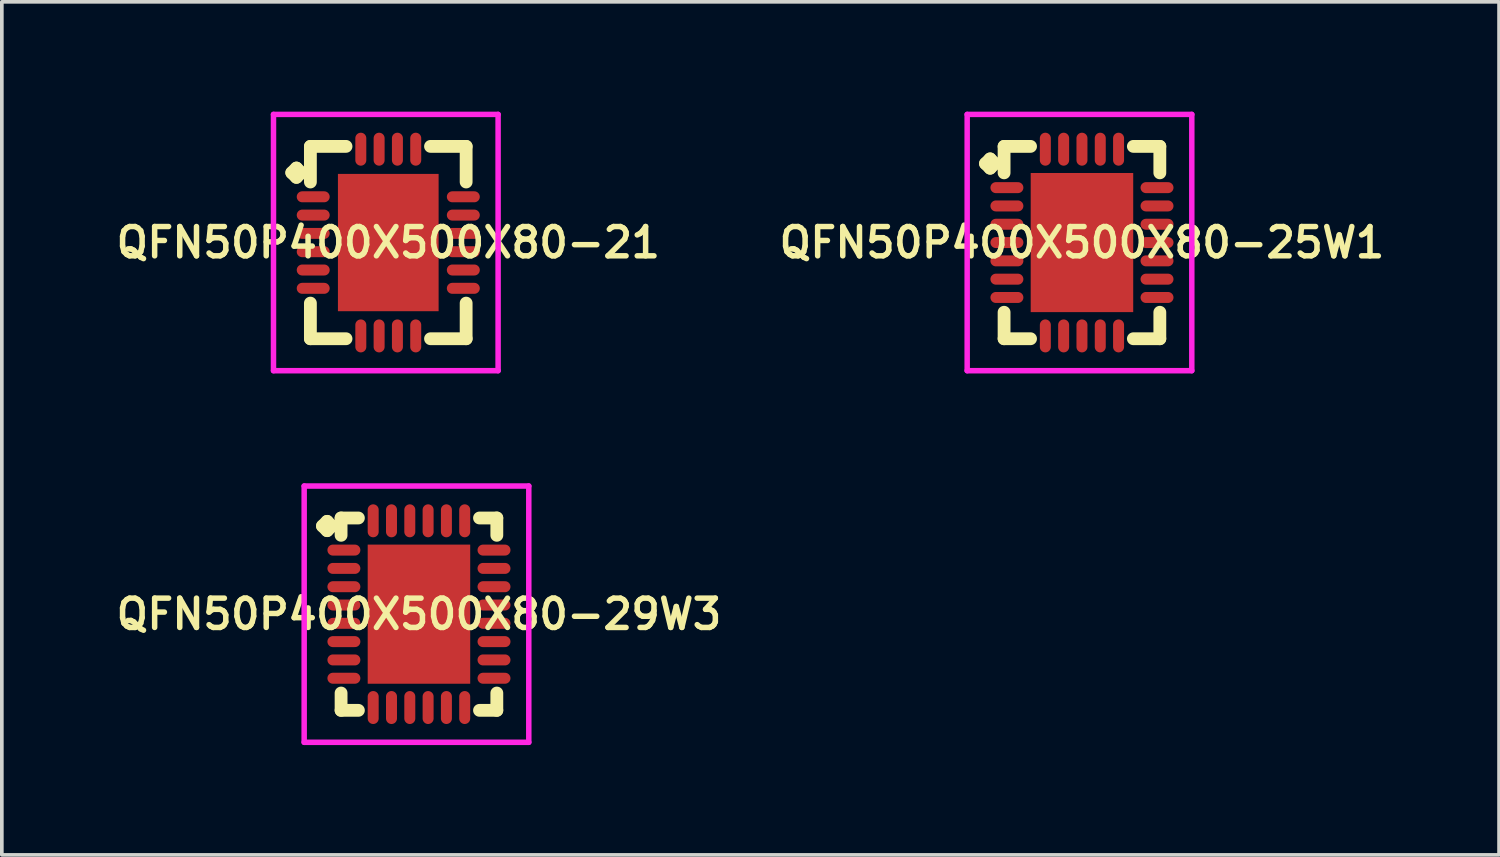
<source format=kicad_pcb>
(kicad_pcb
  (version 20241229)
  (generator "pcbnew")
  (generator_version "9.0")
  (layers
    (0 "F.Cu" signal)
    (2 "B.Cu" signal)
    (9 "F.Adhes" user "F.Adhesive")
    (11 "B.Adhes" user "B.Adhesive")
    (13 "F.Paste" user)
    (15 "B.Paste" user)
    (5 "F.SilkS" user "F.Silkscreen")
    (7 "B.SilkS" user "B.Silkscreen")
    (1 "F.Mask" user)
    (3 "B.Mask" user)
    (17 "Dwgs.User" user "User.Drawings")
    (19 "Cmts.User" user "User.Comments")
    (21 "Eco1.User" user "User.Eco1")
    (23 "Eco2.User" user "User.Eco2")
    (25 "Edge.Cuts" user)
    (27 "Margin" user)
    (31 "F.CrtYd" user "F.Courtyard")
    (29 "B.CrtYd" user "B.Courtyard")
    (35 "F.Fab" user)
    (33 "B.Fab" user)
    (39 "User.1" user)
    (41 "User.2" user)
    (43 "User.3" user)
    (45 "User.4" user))
  (footprint "QFN50P400X500X80-25W1"
    (layer "F.Cu")
    (at 26.502 3.575)
    (property "Reference" "QFN50P400X500X80-25W1" (at 0 0 0) (layer "F.SilkS") (effects (font (size 0.8 0.8) (thickness 0.15))))
    (attr smd)
    (fp_line (start -2.635 -2.158) (end -2.508 -2.285) (stroke (width 0.35) (type solid)) (layer "F.SilkS"))
    (fp_line (start -2.508 -2.285) (end -2.381 -2.158) (stroke (width 0.35) (type solid)) (layer "F.SilkS"))
    (fp_line (start -2.508 -2.031) (end -2.635 -2.158) (stroke (width 0.35) (type solid)) (layer "F.SilkS"))
    (fp_line (start -2.381 -2.158) (end -2.508 -2.031) (stroke (width 0.35) (type solid)) (layer "F.SilkS"))
    (fp_line (start -2.127 -2.627) (end -1.404 -2.627) (stroke (width 0.35) (type solid)) (layer "F.SilkS"))
    (fp_line (start -2.127 -1.904) (end -2.127 -2.627) (stroke (width 0.35) (type solid)) (layer "F.SilkS"))
    (fp_line (start -2.127 1.904) (end -2.127 2.627) (stroke (width 0.35) (type solid)) (layer "F.SilkS"))
    (fp_line (start -2.127 2.627) (end -1.404 2.627) (stroke (width 0.35) (type solid)) (layer "F.SilkS"))
    (fp_line (start 1.404 -2.627) (end 2.127 -2.627) (stroke (width 0.35) (type solid)) (layer "F.SilkS"))
    (fp_line (start 1.404 2.627) (end 2.127 2.627) (stroke (width 0.35) (type solid)) (layer "F.SilkS"))
    (fp_line (start 2.127 -2.627) (end 2.127 -1.904) (stroke (width 0.35) (type solid)) (layer "F.SilkS"))
    (fp_line (start 2.127 2.627) (end 2.127 1.904) (stroke (width 0.35) (type solid)) (layer "F.SilkS"))
    (fp_line (start -3.135 -3.5) (end 3 -3.5) (stroke (width 0.15) (type solid)) (layer "F.CrtYd"))
    (fp_line (start -3.135 3.5) (end -3.135 -3.5) (stroke (width 0.15) (type solid)) (layer "F.CrtYd"))
    (fp_line (start 3 -3.5) (end 3 3.5) (stroke (width 0.15) (type solid)) (layer "F.CrtYd"))
    (fp_line (start 3 3.5) (end -3.135 3.5) (stroke (width 0.15) (type solid)) (layer "F.CrtYd"))
    (pad "1" smd oval (at -2.05 -1.5) (size 0.9 0.3) (layers "F.Cu" "F.Mask" "F.Paste"))
    (pad "2" smd oval (at -2.05 -1) (size 0.9 0.3) (layers "F.Cu" "F.Mask" "F.Paste"))
    (pad "3" smd oval (at -2.05 -0.5) (size 0.9 0.3) (layers "F.Cu" "F.Mask" "F.Paste"))
    (pad "4" smd oval (at -2.05 0) (size 0.9 0.3) (layers "F.Cu" "F.Mask" "F.Paste"))
    (pad "5" smd oval (at -2.05 0.5) (size 0.9 0.3) (layers "F.Cu" "F.Mask" "F.Paste"))
    (pad "6" smd oval (at -2.05 1) (size 0.9 0.3) (layers "F.Cu" "F.Mask" "F.Paste"))
    (pad "7" smd oval (at -2.05 1.5) (size 0.9 0.3) (layers "F.Cu" "F.Mask" "F.Paste"))
    (pad "8" smd oval (at -1 2.55) (size 0.3 0.9) (layers "F.Cu" "F.Mask" "F.Paste"))
    (pad "9" smd oval (at -0.5 2.55) (size 0.3 0.9) (layers "F.Cu" "F.Mask" "F.Paste"))
    (pad "10" smd oval (at 0 2.55) (size 0.3 0.9) (layers "F.Cu" "F.Mask" "F.Paste"))
    (pad "11" smd oval (at 0.5 2.55) (size 0.3 0.9) (layers "F.Cu" "F.Mask" "F.Paste"))
    (pad "12" smd oval (at 1 2.55) (size 0.3 0.9) (layers "F.Cu" "F.Mask" "F.Paste"))
    (pad "13" smd oval (at 2.05 1.5) (size 0.9 0.3) (layers "F.Cu" "F.Mask" "F.Paste"))
    (pad "14" smd oval (at 2.05 1) (size 0.9 0.3) (layers "F.Cu" "F.Mask" "F.Paste"))
    (pad "15" smd oval (at 2.05 0.5) (size 0.9 0.3) (layers "F.Cu" "F.Mask" "F.Paste"))
    (pad "16" smd oval (at 2.05 0) (size 0.9 0.3) (layers "F.Cu" "F.Mask" "F.Paste"))
    (pad "17" smd oval (at 2.05 -0.5) (size 0.9 0.3) (layers "F.Cu" "F.Mask" "F.Paste"))
    (pad "18" smd oval (at 2.05 -1) (size 0.9 0.3) (layers "F.Cu" "F.Mask" "F.Paste"))
    (pad "19" smd oval (at 2.05 -1.5) (size 0.9 0.3) (layers "F.Cu" "F.Mask" "F.Paste"))
    (pad "20" smd oval (at 1 -2.55) (size 0.3 0.9) (layers "F.Cu" "F.Mask" "F.Paste"))
    (pad "21" smd oval (at 0.5 -2.55) (size 0.3 0.9) (layers "F.Cu" "F.Mask" "F.Paste"))
    (pad "22" smd oval (at 0 -2.55) (size 0.3 0.9) (layers "F.Cu" "F.Mask" "F.Paste"))
    (pad "23" smd oval (at -0.5 -2.55) (size 0.3 0.9) (layers "F.Cu" "F.Mask" "F.Paste"))
    (pad "24" smd oval (at -1 -2.55) (size 0.3 0.9) (layers "F.Cu" "F.Mask" "F.Paste"))
    (pad "25" smd rect (at 0 0) (size 2.8 3.8) (layers "F.Cu" "F.Mask" "F.Paste")))
  (footprint "QFN50P400X500X80-21"
    (layer "F.Cu")
    (at 7.555 3.575)
    (property "Reference" "QFN50P400X500X80-21" (at 0 0 0) (layer "F.SilkS") (effects (font (size 0.8 0.8) (thickness 0.15))))
    (attr smd)
    (fp_line (start -2.635 -1.908) (end -2.508 -2.035) (stroke (width 0.35) (type solid)) (layer "F.SilkS"))
    (fp_line (start -2.508 -2.035) (end -2.381 -1.908) (stroke (width 0.35) (type solid)) (layer "F.SilkS"))
    (fp_line (start -2.508 -1.781) (end -2.635 -1.908) (stroke (width 0.35) (type solid)) (layer "F.SilkS"))
    (fp_line (start -2.381 -1.908) (end -2.508 -1.781) (stroke (width 0.35) (type solid)) (layer "F.SilkS"))
    (fp_line (start -2.127 -2.627) (end -1.154 -2.627) (stroke (width 0.35) (type solid)) (layer "F.SilkS"))
    (fp_line (start -2.127 -1.654) (end -2.127 -2.627) (stroke (width 0.35) (type solid)) (layer "F.SilkS"))
    (fp_line (start -2.127 1.654) (end -2.127 2.627) (stroke (width 0.35) (type solid)) (layer "F.SilkS"))
    (fp_line (start -2.127 2.627) (end -1.154 2.627) (stroke (width 0.35) (type solid)) (layer "F.SilkS"))
    (fp_line (start 1.154 -2.627) (end 2.127 -2.627) (stroke (width 0.35) (type solid)) (layer "F.SilkS"))
    (fp_line (start 1.154 2.627) (end 2.127 2.627) (stroke (width 0.35) (type solid)) (layer "F.SilkS"))
    (fp_line (start 2.127 -2.627) (end 2.127 -1.654) (stroke (width 0.35) (type solid)) (layer "F.SilkS"))
    (fp_line (start 2.127 2.627) (end 2.127 1.654) (stroke (width 0.35) (type solid)) (layer "F.SilkS"))
    (fp_line (start -3.135 -3.5) (end 3 -3.5) (stroke (width 0.15) (type solid)) (layer "F.CrtYd"))
    (fp_line (start -3.135 3.5) (end -3.135 -3.5) (stroke (width 0.15) (type solid)) (layer "F.CrtYd"))
    (fp_line (start 3 -3.5) (end 3 3.5) (stroke (width 0.15) (type solid)) (layer "F.CrtYd"))
    (fp_line (start 3 3.5) (end -3.135 3.5) (stroke (width 0.15) (type solid)) (layer "F.CrtYd"))
    (pad "1" smd oval (at -2.05 -1.25) (size 0.9 0.3) (layers "F.Cu" "F.Mask" "F.Paste"))
    (pad "2" smd oval (at -2.05 -0.75) (size 0.9 0.3) (layers "F.Cu" "F.Mask" "F.Paste"))
    (pad "3" smd oval (at -2.05 -0.25) (size 0.9 0.3) (layers "F.Cu" "F.Mask" "F.Paste"))
    (pad "4" smd oval (at -2.05 0.25) (size 0.9 0.3) (layers "F.Cu" "F.Mask" "F.Paste"))
    (pad "5" smd oval (at -2.05 0.75) (size 0.9 0.3) (layers "F.Cu" "F.Mask" "F.Paste"))
    (pad "6" smd oval (at -2.05 1.25) (size 0.9 0.3) (layers "F.Cu" "F.Mask" "F.Paste"))
    (pad "7" smd oval (at -0.75 2.55) (size 0.3 0.9) (layers "F.Cu" "F.Mask" "F.Paste"))
    (pad "8" smd oval (at -0.25 2.55) (size 0.3 0.9) (layers "F.Cu" "F.Mask" "F.Paste"))
    (pad "9" smd oval (at 0.25 2.55) (size 0.3 0.9) (layers "F.Cu" "F.Mask" "F.Paste"))
    (pad "10" smd oval (at 0.75 2.55) (size 0.3 0.9) (layers "F.Cu" "F.Mask" "F.Paste"))
    (pad "11" smd oval (at 2.05 1.25) (size 0.9 0.3) (layers "F.Cu" "F.Mask" "F.Paste"))
    (pad "12" smd oval (at 2.05 0.75) (size 0.9 0.3) (layers "F.Cu" "F.Mask" "F.Paste"))
    (pad "13" smd oval (at 2.05 0.25) (size 0.9 0.3) (layers "F.Cu" "F.Mask" "F.Paste"))
    (pad "14" smd oval (at 2.05 -0.25) (size 0.9 0.3) (layers "F.Cu" "F.Mask" "F.Paste"))
    (pad "15" smd oval (at 2.05 -0.75) (size 0.9 0.3) (layers "F.Cu" "F.Mask" "F.Paste"))
    (pad "16" smd oval (at 2.05 -1.25) (size 0.9 0.3) (layers "F.Cu" "F.Mask" "F.Paste"))
    (pad "17" smd oval (at 0.75 -2.55) (size 0.3 0.9) (layers "F.Cu" "F.Mask" "F.Paste"))
    (pad "18" smd oval (at 0.25 -2.55) (size 0.3 0.9) (layers "F.Cu" "F.Mask" "F.Paste"))
    (pad "19" smd oval (at -0.25 -2.55) (size 0.3 0.9) (layers "F.Cu" "F.Mask" "F.Paste"))
    (pad "20" smd oval (at -0.75 -2.55) (size 0.3 0.9) (layers "F.Cu" "F.Mask" "F.Paste"))
    (pad "21" smd rect (at 0 0) (size 2.75 3.75) (layers "F.Cu" "F.Mask" "F.Paste")))
  (footprint "QFN50P400X500X80-29W3"
    (layer "F.Cu")
    (at 8.393 13.725)
    (property "Reference" "QFN50P400X500X80-29W3" (at 0 0 0) (layer "F.SilkS") (effects (font (size 0.8 0.8) (thickness 0.15))))
    (attr smd)
    (fp_line (start -2.635 -2.408) (end -2.508 -2.535) (stroke (width 0.35) (type solid)) (layer "F.SilkS"))
    (fp_line (start -2.508 -2.535) (end -2.381 -2.408) (stroke (width 0.35) (type solid)) (layer "F.SilkS"))
    (fp_line (start -2.508 -2.281) (end -2.635 -2.408) (stroke (width 0.35) (type solid)) (layer "F.SilkS"))
    (fp_line (start -2.381 -2.408) (end -2.508 -2.281) (stroke (width 0.35) (type solid)) (layer "F.SilkS"))
    (fp_line (start -2.127 -2.627) (end -1.654 -2.627) (stroke (width 0.35) (type solid)) (layer "F.SilkS"))
    (fp_line (start -2.127 -2.154) (end -2.127 -2.627) (stroke (width 0.35) (type solid)) (layer "F.SilkS"))
    (fp_line (start -2.127 2.154) (end -2.127 2.627) (stroke (width 0.35) (type solid)) (layer "F.SilkS"))
    (fp_line (start -2.127 2.627) (end -1.654 2.627) (stroke (width 0.35) (type solid)) (layer "F.SilkS"))
    (fp_line (start 1.654 -2.627) (end 2.127 -2.627) (stroke (width 0.35) (type solid)) (layer "F.SilkS"))
    (fp_line (start 1.654 2.627) (end 2.127 2.627) (stroke (width 0.35) (type solid)) (layer "F.SilkS"))
    (fp_line (start 2.127 -2.627) (end 2.127 -2.154) (stroke (width 0.35) (type solid)) (layer "F.SilkS"))
    (fp_line (start 2.127 2.627) (end 2.127 2.154) (stroke (width 0.35) (type solid)) (layer "F.SilkS"))
    (fp_line (start -3.135 -3.5) (end 3 -3.5) (stroke (width 0.15) (type solid)) (layer "F.CrtYd"))
    (fp_line (start -3.135 3.5) (end -3.135 -3.5) (stroke (width 0.15) (type solid)) (layer "F.CrtYd"))
    (fp_line (start 3 -3.5) (end 3 3.5) (stroke (width 0.15) (type solid)) (layer "F.CrtYd"))
    (fp_line (start 3 3.5) (end -3.135 3.5) (stroke (width 0.15) (type solid)) (layer "F.CrtYd"))
    (pad "1" smd oval (at -2.05 -1.75) (size 0.9 0.3) (layers "F.Cu" "F.Mask" "F.Paste"))
    (pad "2" smd oval (at -2.05 -1.25) (size 0.9 0.3) (layers "F.Cu" "F.Mask" "F.Paste"))
    (pad "3" smd oval (at -2.05 -0.75) (size 0.9 0.3) (layers "F.Cu" "F.Mask" "F.Paste"))
    (pad "4" smd oval (at -2.05 -0.25) (size 0.9 0.3) (layers "F.Cu" "F.Mask" "F.Paste"))
    (pad "5" smd oval (at -2.05 0.25) (size 0.9 0.3) (layers "F.Cu" "F.Mask" "F.Paste"))
    (pad "6" smd oval (at -2.05 0.75) (size 0.9 0.3) (layers "F.Cu" "F.Mask" "F.Paste"))
    (pad "7" smd oval (at -2.05 1.25) (size 0.9 0.3) (layers "F.Cu" "F.Mask" "F.Paste"))
    (pad "8" smd oval (at -2.05 1.75) (size 0.9 0.3) (layers "F.Cu" "F.Mask" "F.Paste"))
    (pad "9" smd oval (at -1.25 2.55) (size 0.3 0.9) (layers "F.Cu" "F.Mask" "F.Paste"))
    (pad "10" smd oval (at -0.75 2.55) (size 0.3 0.9) (layers "F.Cu" "F.Mask" "F.Paste"))
    (pad "11" smd oval (at -0.25 2.55) (size 0.3 0.9) (layers "F.Cu" "F.Mask" "F.Paste"))
    (pad "12" smd oval (at 0.25 2.55) (size 0.3 0.9) (layers "F.Cu" "F.Mask" "F.Paste"))
    (pad "13" smd oval (at 0.75 2.55) (size 0.3 0.9) (layers "F.Cu" "F.Mask" "F.Paste"))
    (pad "14" smd oval (at 1.25 2.55) (size 0.3 0.9) (layers "F.Cu" "F.Mask" "F.Paste"))
    (pad "15" smd oval (at 2.05 1.75) (size 0.9 0.3) (layers "F.Cu" "F.Mask" "F.Paste"))
    (pad "16" smd oval (at 2.05 1.25) (size 0.9 0.3) (layers "F.Cu" "F.Mask" "F.Paste"))
    (pad "17" smd oval (at 2.05 0.75) (size 0.9 0.3) (layers "F.Cu" "F.Mask" "F.Paste"))
    (pad "18" smd oval (at 2.05 0.25) (size 0.9 0.3) (layers "F.Cu" "F.Mask" "F.Paste"))
    (pad "19" smd oval (at 2.05 -0.25) (size 0.9 0.3) (layers "F.Cu" "F.Mask" "F.Paste"))
    (pad "20" smd oval (at 2.05 -0.75) (size 0.9 0.3) (layers "F.Cu" "F.Mask" "F.Paste"))
    (pad "21" smd oval (at 2.05 -1.25) (size 0.9 0.3) (layers "F.Cu" "F.Mask" "F.Paste"))
    (pad "22" smd oval (at 2.05 -1.75) (size 0.9 0.3) (layers "F.Cu" "F.Mask" "F.Paste"))
    (pad "23" smd oval (at 1.25 -2.55) (size 0.3 0.9) (layers "F.Cu" "F.Mask" "F.Paste"))
    (pad "24" smd oval (at 0.75 -2.55) (size 0.3 0.9) (layers "F.Cu" "F.Mask" "F.Paste"))
    (pad "25" smd oval (at 0.25 -2.55) (size 0.3 0.9) (layers "F.Cu" "F.Mask" "F.Paste"))
    (pad "26" smd oval (at -0.25 -2.55) (size 0.3 0.9) (layers "F.Cu" "F.Mask" "F.Paste"))
    (pad "27" smd oval (at -0.75 -2.55) (size 0.3 0.9) (layers "F.Cu" "F.Mask" "F.Paste"))
    (pad "28" smd oval (at -1.25 -2.55) (size 0.3 0.9) (layers "F.Cu" "F.Mask" "F.Paste"))
    (pad "29" smd rect (at 0 0) (size 2.8 3.8) (layers "F.Cu" "F.Mask" "F.Paste")))
  (gr_rect
    (start -3 -3)
    (end 37.894 20.3)
    (stroke (width 0.1) (type default))
    (fill no)
    (layer "Edge.Cuts")))
</source>
